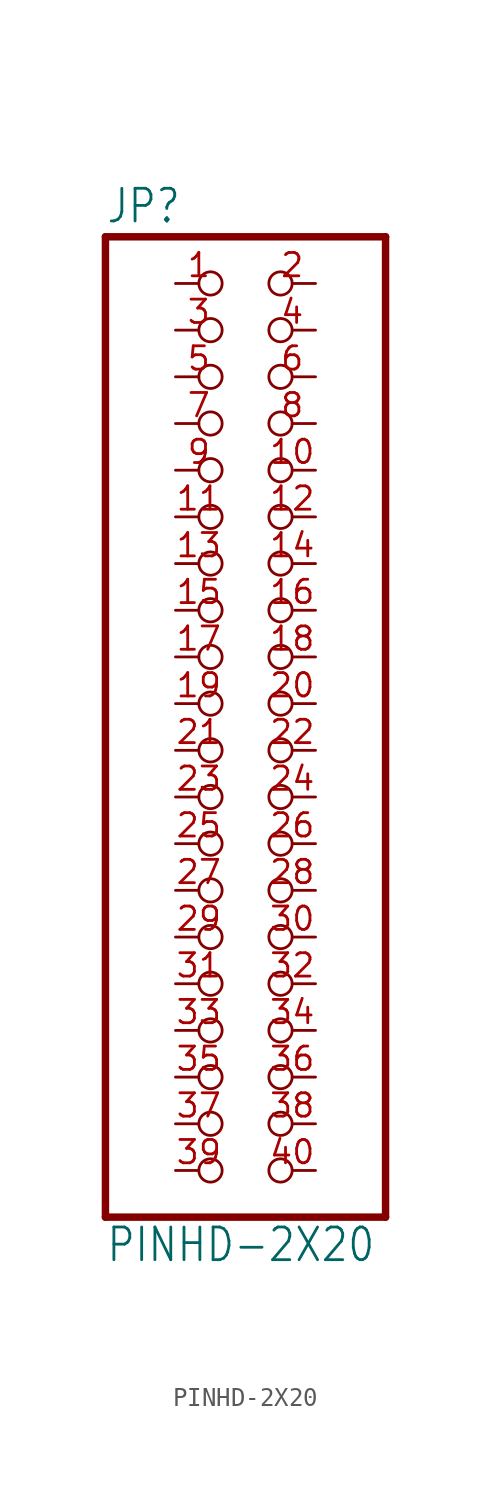
<source format=kicad_sym>
(kicad_symbol_lib
  (version 20220331)
  (generator kicad_symbol_editor)
  (symbol "PINHD-2X20"
    (property "Reference" "JP"
      (at -6.35 26.035 0)
      (effects (font (size 1.778 1.511)) (justify left bottom)))
    (property "Value" "PINHD-2X20"
      (at -6.35 -30.48 0)
      (effects (font (size 1.778 1.511)) (justify left bottom)))
    (property "ki_locked" ""
      (at 0 0 0)
      (effects (font (size 1.27 1.27))))
    (symbol "PINHD-2X20_1_0"
      (polyline (pts (xy -6.35 -27.94) (xy 8.89 -27.94)) (stroke (width 0.406) (type solid)) (fill (type none)))
      (polyline (pts (xy -6.35 25.4) (xy -6.35 -27.94)) (stroke (width 0.406) (type solid)) (fill (type none)))
      (polyline (pts (xy 8.89 -27.94) (xy 8.89 25.4)) (stroke (width 0.406) (type solid)) (fill (type none)))
      (polyline (pts (xy 8.89 25.4) (xy -6.35 25.4)) (stroke (width 0.406) (type solid)) (fill (type none)))
      (pin passive inverted (at -2.54 22.86 0) (length 2.54) (name "1" (effects (font (size 0 0)))) (number "1" (effects (font (size 1.27 1.27)))))
      (pin passive inverted (at 5.08 12.7 180) (length 2.54) (name "10" (effects (font (size 0 0)))) (number "10" (effects (font (size 1.27 1.27)))))
      (pin passive inverted (at -2.54 10.16 0) (length 2.54) (name "11" (effects (font (size 0 0)))) (number "11" (effects (font (size 1.27 1.27)))))
      (pin passive inverted (at 5.08 10.16 180) (length 2.54) (name "12" (effects (font (size 0 0)))) (number "12" (effects (font (size 1.27 1.27)))))
      (pin passive inverted (at -2.54 7.62 0) (length 2.54) (name "13" (effects (font (size 0 0)))) (number "13" (effects (font (size 1.27 1.27)))))
      (pin passive inverted (at 5.08 7.62 180) (length 2.54) (name "14" (effects (font (size 0 0)))) (number "14" (effects (font (size 1.27 1.27)))))
      (pin passive inverted (at -2.54 5.08 0) (length 2.54) (name "15" (effects (font (size 0 0)))) (number "15" (effects (font (size 1.27 1.27)))))
      (pin passive inverted (at 5.08 5.08 180) (length 2.54) (name "16" (effects (font (size 0 0)))) (number "16" (effects (font (size 1.27 1.27)))))
      (pin passive inverted (at -2.54 2.54 0) (length 2.54) (name "17" (effects (font (size 0 0)))) (number "17" (effects (font (size 1.27 1.27)))))
      (pin passive inverted (at 5.08 2.54 180) (length 2.54) (name "18" (effects (font (size 0 0)))) (number "18" (effects (font (size 1.27 1.27)))))
      (pin passive inverted (at -2.54 0 0) (length 2.54) (name "19" (effects (font (size 0 0)))) (number "19" (effects (font (size 1.27 1.27)))))
      (pin passive inverted (at 5.08 22.86 180) (length 2.54) (name "2" (effects (font (size 0 0)))) (number "2" (effects (font (size 1.27 1.27)))))
      (pin passive inverted (at 5.08 0 180) (length 2.54) (name "20" (effects (font (size 0 0)))) (number "20" (effects (font (size 1.27 1.27)))))
      (pin passive inverted (at -2.54 -2.54 0) (length 2.54) (name "21" (effects (font (size 0 0)))) (number "21" (effects (font (size 1.27 1.27)))))
      (pin passive inverted (at 5.08 -2.54 180) (length 2.54) (name "22" (effects (font (size 0 0)))) (number "22" (effects (font (size 1.27 1.27)))))
      (pin passive inverted (at -2.54 -5.08 0) (length 2.54) (name "23" (effects (font (size 0 0)))) (number "23" (effects (font (size 1.27 1.27)))))
      (pin passive inverted (at 5.08 -5.08 180) (length 2.54) (name "24" (effects (font (size 0 0)))) (number "24" (effects (font (size 1.27 1.27)))))
      (pin passive inverted (at -2.54 -7.62 0) (length 2.54) (name "25" (effects (font (size 0 0)))) (number "25" (effects (font (size 1.27 1.27)))))
      (pin passive inverted (at 5.08 -7.62 180) (length 2.54) (name "26" (effects (font (size 0 0)))) (number "26" (effects (font (size 1.27 1.27)))))
      (pin passive inverted (at -2.54 -10.16 0) (length 2.54) (name "27" (effects (font (size 0 0)))) (number "27" (effects (font (size 1.27 1.27)))))
      (pin passive inverted (at 5.08 -10.16 180) (length 2.54) (name "28" (effects (font (size 0 0)))) (number "28" (effects (font (size 1.27 1.27)))))
      (pin passive inverted (at -2.54 -12.7 0) (length 2.54) (name "29" (effects (font (size 0 0)))) (number "29" (effects (font (size 1.27 1.27)))))
      (pin passive inverted (at -2.54 20.32 0) (length 2.54) (name "3" (effects (font (size 0 0)))) (number "3" (effects (font (size 1.27 1.27)))))
      (pin passive inverted (at 5.08 -12.7 180) (length 2.54) (name "30" (effects (font (size 0 0)))) (number "30" (effects (font (size 1.27 1.27)))))
      (pin passive inverted (at -2.54 -15.24 0) (length 2.54) (name "31" (effects (font (size 0 0)))) (number "31" (effects (font (size 1.27 1.27)))))
      (pin passive inverted (at 5.08 -15.24 180) (length 2.54) (name "32" (effects (font (size 0 0)))) (number "32" (effects (font (size 1.27 1.27)))))
      (pin passive inverted (at -2.54 -17.78 0) (length 2.54) (name "33" (effects (font (size 0 0)))) (number "33" (effects (font (size 1.27 1.27)))))
      (pin passive inverted (at 5.08 -17.78 180) (length 2.54) (name "34" (effects (font (size 0 0)))) (number "34" (effects (font (size 1.27 1.27)))))
      (pin passive inverted (at -2.54 -20.32 0) (length 2.54) (name "35" (effects (font (size 0 0)))) (number "35" (effects (font (size 1.27 1.27)))))
      (pin passive inverted (at 5.08 -20.32 180) (length 2.54) (name "36" (effects (font (size 0 0)))) (number "36" (effects (font (size 1.27 1.27)))))
      (pin passive inverted (at -2.54 -22.86 0) (length 2.54) (name "37" (effects (font (size 0 0)))) (number "37" (effects (font (size 1.27 1.27)))))
      (pin passive inverted (at 5.08 -22.86 180) (length 2.54) (name "38" (effects (font (size 0 0)))) (number "38" (effects (font (size 1.27 1.27)))))
      (pin passive inverted (at -2.54 -25.4 0) (length 2.54) (name "39" (effects (font (size 0 0)))) (number "39" (effects (font (size 1.27 1.27)))))
      (pin passive inverted (at 5.08 20.32 180) (length 2.54) (name "4" (effects (font (size 0 0)))) (number "4" (effects (font (size 1.27 1.27)))))
      (pin passive inverted (at 5.08 -25.4 180) (length 2.54) (name "40" (effects (font (size 0 0)))) (number "40" (effects (font (size 1.27 1.27)))))
      (pin passive inverted (at -2.54 17.78 0) (length 2.54) (name "5" (effects (font (size 0 0)))) (number "5" (effects (font (size 1.27 1.27)))))
      (pin passive inverted (at 5.08 17.78 180) (length 2.54) (name "6" (effects (font (size 0 0)))) (number "6" (effects (font (size 1.27 1.27)))))
      (pin passive inverted (at -2.54 15.24 0) (length 2.54) (name "7" (effects (font (size 0 0)))) (number "7" (effects (font (size 1.27 1.27)))))
      (pin passive inverted (at 5.08 15.24 180) (length 2.54) (name "8" (effects (font (size 0 0)))) (number "8" (effects (font (size 1.27 1.27)))))
      (pin passive inverted (at -2.54 12.7 0) (length 2.54) (name "9" (effects (font (size 0 0)))) (number "9" (effects (font (size 1.27 1.27))))))))
</source>
